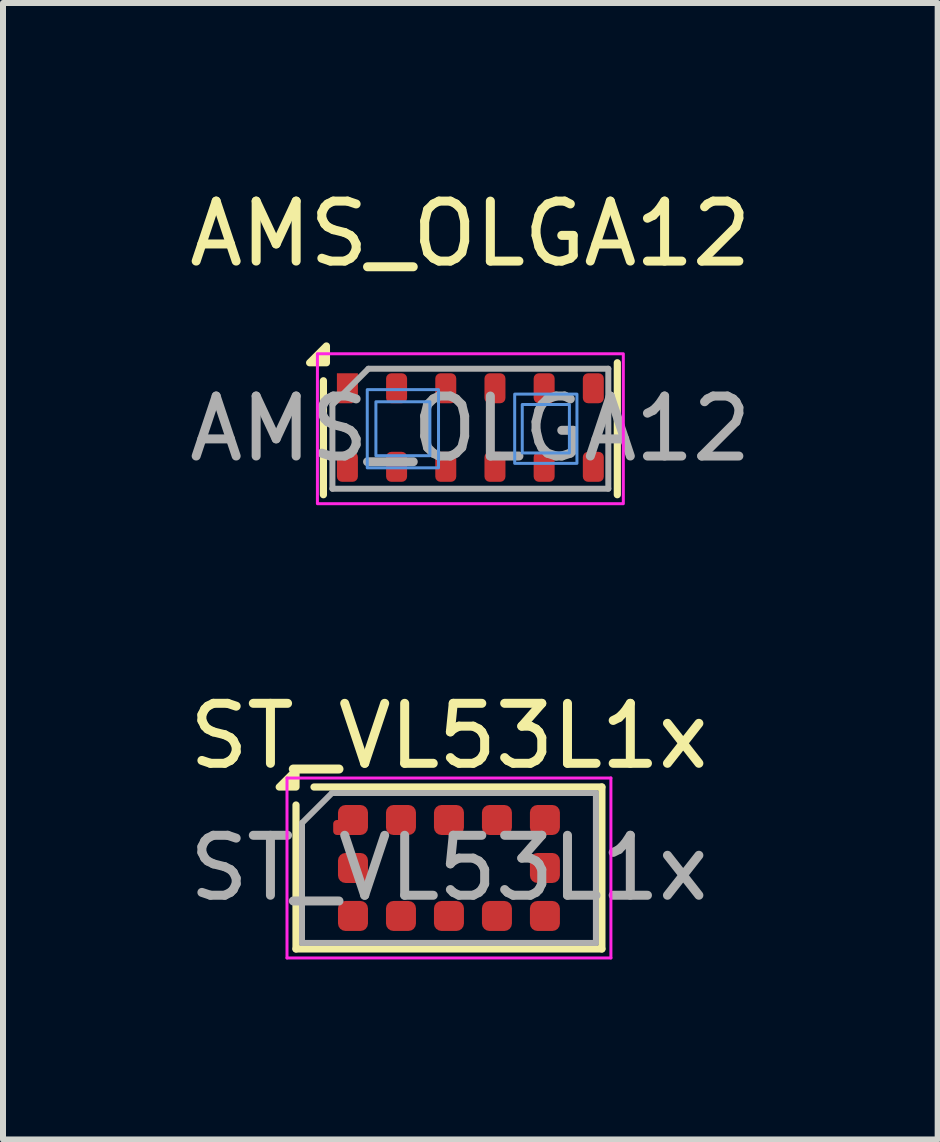
<source format=kicad_pcb>
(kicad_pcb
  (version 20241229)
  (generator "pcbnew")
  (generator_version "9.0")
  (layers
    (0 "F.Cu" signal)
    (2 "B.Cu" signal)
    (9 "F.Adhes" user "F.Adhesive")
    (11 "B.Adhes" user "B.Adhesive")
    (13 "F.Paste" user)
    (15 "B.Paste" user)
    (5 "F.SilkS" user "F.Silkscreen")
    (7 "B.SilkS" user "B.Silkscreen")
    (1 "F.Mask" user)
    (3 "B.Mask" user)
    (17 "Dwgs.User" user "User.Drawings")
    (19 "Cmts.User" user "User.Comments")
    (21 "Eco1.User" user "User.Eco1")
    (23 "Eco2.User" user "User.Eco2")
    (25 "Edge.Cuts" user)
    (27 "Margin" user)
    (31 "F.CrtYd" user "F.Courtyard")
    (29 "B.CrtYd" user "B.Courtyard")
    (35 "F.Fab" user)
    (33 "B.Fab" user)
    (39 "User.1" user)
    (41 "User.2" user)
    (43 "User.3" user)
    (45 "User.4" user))
  (footprint "AMS_OLGA12"
    (layer "F.Cu")
    (at 4.792 4.098)
    (property "Reference" "AMS_OLGA12" (at 0 -3.25 0) (layer "F.SilkS") (effects (font (size 1 1) (thickness 0.15))))
    (attr smd)
    (fp_line (start -2.45 -0.8) (end -2.45 1.1) (stroke (width 0.12) (type default)) (layer "F.SilkS"))
    (fp_line (start 2.45 -1.1) (end 2.45 1.1) (stroke (width 0.12) (type default)) (layer "F.SilkS"))
    (fp_poly (pts (xy -2.4 -1.1) (xy -2.68 -1.1) (xy -2.4 -1.38) (xy -2.4 -1.1)) (stroke (width 0.12) (type solid)) (fill yes) (layer "F.SilkS"))
    (fp_rect (start -0.675 -0.45) (end -1.575 0.45) (stroke (width 0.05) (type default)) (fill no) (layer "Cmts.User"))
    (fp_rect (start -0.531 -0.652) (end -1.719 0.652) (stroke (width 0.05) (type default)) (fill no) (layer "Cmts.User"))
    (fp_rect (start 1.651 -0.404) (end 0.865 0.404) (stroke (width 0.05) (type default)) (fill no) (layer "Cmts.User"))
    (fp_rect (start 1.777 -0.577) (end 0.739 0.577) (stroke (width 0.05) (type default)) (fill no) (layer "Cmts.User"))
    (fp_rect (start 2.55 -1.25) (end -2.55 1.25) (stroke (width 0.05) (type default)) (fill no) (layer "F.CrtYd"))
    (fp_line (start -2.3 1) (end -2.3 -0.4) (stroke (width 0.1) (type default)) (layer "F.Fab"))
    (fp_line (start -2.3 1) (end 2.3 1) (stroke (width 0.1) (type default)) (layer "F.Fab"))
    (fp_line (start -1.7 -1) (end -2.3 -0.4) (stroke (width 0.1) (type default)) (layer "F.Fab"))
    (fp_line (start 2.3 -1) (end -1.7 -1) (stroke (width 0.1) (type default)) (layer "F.Fab"))
    (fp_line (start 2.3 -1) (end 2.3 1) (stroke (width 0.1) (type default)) (layer "F.Fab"))
    (fp_text user "${REFERENCE}" (at 0 0 0) (layer "F.Fab") (effects (font (size 1 1) (thickness 0.15))))
    (pad "1" smd roundrect (at -2.05 -0.675 270) (size 0.5 0.35) (layers "F.Cu" "F.Mask" "F.Paste") (roundrect_rratio 0) (chamfer_ratio 0.28) (chamfer top_right))
    (pad "2" smd roundrect (at -1.23 -0.675 270) (size 0.5 0.35) (layers "F.Cu" "F.Mask" "F.Paste") (roundrect_rratio 0.25))
    (pad "3" smd roundrect (at -0.41 -0.675 270) (size 0.5 0.35) (layers "F.Cu" "F.Mask" "F.Paste") (roundrect_rratio 0.25))
    (pad "4" smd roundrect (at 0.41 -0.675 270) (size 0.5 0.35) (layers "F.Cu" "F.Mask" "F.Paste") (roundrect_rratio 0.25))
    (pad "5" smd roundrect (at 1.23 -0.675 270) (size 0.5 0.35) (layers "F.Cu" "F.Mask" "F.Paste") (roundrect_rratio 0.25))
    (pad "6" smd roundrect (at 2.05 -0.675 270) (size 0.5 0.35) (layers "F.Cu" "F.Mask" "F.Paste") (roundrect_rratio 0.25))
    (pad "7" smd roundrect (at 2.05 0.635 270) (size 0.5 0.35) (layers "F.Cu" "F.Mask" "F.Paste") (roundrect_rratio 0.25))
    (pad "8" smd roundrect (at 1.23 0.635 270) (size 0.5 0.35) (layers "F.Cu" "F.Mask" "F.Paste") (roundrect_rratio 0.25))
    (pad "9" smd roundrect (at 0.41 0.635 270) (size 0.5 0.35) (layers "F.Cu" "F.Mask" "F.Paste") (roundrect_rratio 0.25))
    (pad "10" smd roundrect (at -0.41 0.635 270) (size 0.5 0.35) (layers "F.Cu" "F.Mask" "F.Paste") (roundrect_rratio 0.25))
    (pad "11" smd roundrect (at -1.23 0.635 270) (size 0.5 0.35) (layers "F.Cu" "F.Mask" "F.Paste") (roundrect_rratio 0.25))
    (pad "12" smd roundrect (at -2.05 0.635 270) (size 0.5 0.35) (layers "F.Cu" "F.Mask" "F.Paste") (roundrect_rratio 0.25)))
  (footprint "ST_VL53L1x"
    (layer "F.Cu")
    (at 4.435 11.421)
    (property "Reference" "ST_VL53L1x" (at 0 -2.2 0) (layer "F.SilkS") (effects (font (size 1 1) (thickness 0.15))))
    (attr smd)
    (fp_line (start -2.55 -1.05) (end -2.55 1.35) (stroke (width 0.12) (type solid)) (layer "F.SilkS"))
    (fp_line (start -2.55 1.35) (end 2.55 1.35) (stroke (width 0.12) (type solid)) (layer "F.SilkS"))
    (fp_line (start 2.55 -1.35) (end -2.25 -1.35) (stroke (width 0.12) (type solid)) (layer "F.SilkS"))
    (fp_line (start 2.55 1.35) (end 2.55 -1.35) (stroke (width 0.12) (type solid)) (layer "F.SilkS"))
    (fp_poly (pts (xy -2.55 -1.35) (xy -2.83 -1.35) (xy -2.55 -1.63) (xy -2.55 -1.35)) (stroke (width 0.12) (type solid)) (fill yes) (layer "F.SilkS"))
    (fp_line (start -2.7 -1.5) (end -2.7 1.5) (stroke (width 0.05) (type solid)) (layer "F.CrtYd"))
    (fp_line (start -2.7 1.5) (end 2.7 1.5) (stroke (width 0.05) (type solid)) (layer "F.CrtYd"))
    (fp_line (start 2.7 -1.5) (end -2.7 -1.5) (stroke (width 0.05) (type solid)) (layer "F.CrtYd"))
    (fp_line (start 2.7 1.5) (end 2.7 -1.5) (stroke (width 0.05) (type solid)) (layer "F.CrtYd"))
    (fp_line (start -2.45 -0.75) (end -2.45 1.25) (stroke (width 0.1) (type solid)) (layer "F.Fab"))
    (fp_line (start -2.45 -0.75) (end -1.95 -1.25) (stroke (width 0.1) (type solid)) (layer "F.Fab"))
    (fp_line (start -1.95 -1.25) (end 2.45 -1.25) (stroke (width 0.1) (type solid)) (layer "F.Fab"))
    (fp_line (start 2.45 -1.25) (end 2.45 1.25) (stroke (width 0.1) (type solid)) (layer "F.Fab"))
    (fp_line (start 2.45 1.25) (end -2.45 1.25) (stroke (width 0.1) (type solid)) (layer "F.Fab"))
    (fp_text user "${REFERENCE}" (at 0 0 0) (layer "F.Fab") (effects (font (size 1 1) (thickness 0.15))))
    (pad "1" smd roundrect (at -1.74 -0.675) (size 0.38 0.25) (layers "F.Cu" "F.Mask" "F.Paste") (roundrect_rratio 0.25))
    (pad "1" smd roundrect (at -1.6 -0.8) (size 0.5 0.5) (layers "F.Cu" "F.Mask" "F.Paste") (roundrect_rratio 0.25))
    (pad "2" smd roundrect (at -0.8 -0.8) (size 0.5 0.5) (layers "F.Cu" "F.Mask" "F.Paste") (roundrect_rratio 0.25))
    (pad "3" smd roundrect (at 0 -0.8) (size 0.5 0.5) (layers "F.Cu" "F.Mask" "F.Paste") (roundrect_rratio 0.25))
    (pad "4" smd roundrect (at 0.8 -0.8) (size 0.5 0.5) (layers "F.Cu" "F.Mask" "F.Paste") (roundrect_rratio 0.25))
    (pad "5" smd roundrect (at 1.6 -0.8) (size 0.5 0.5) (layers "F.Cu" "F.Mask" "F.Paste") (roundrect_rratio 0.25))
    (pad "6" smd roundrect (at 1.6 0) (size 0.5 0.5) (layers "F.Cu" "F.Mask" "F.Paste") (roundrect_rratio 0.25))
    (pad "7" smd roundrect (at 1.6 0.8) (size 0.5 0.5) (layers "F.Cu" "F.Mask" "F.Paste") (roundrect_rratio 0.25))
    (pad "8" smd roundrect (at 0.8 0.8) (size 0.5 0.5) (layers "F.Cu" "F.Mask" "F.Paste") (roundrect_rratio 0.25))
    (pad "9" smd roundrect (at 0 0.8) (size 0.5 0.5) (layers "F.Cu" "F.Mask" "F.Paste") (roundrect_rratio 0.25))
    (pad "10" smd roundrect (at -0.8 0.8) (size 0.5 0.5) (layers "F.Cu" "F.Mask" "F.Paste") (roundrect_rratio 0.25))
    (pad "11" smd roundrect (at -1.6 0.8) (size 0.5 0.5) (layers "F.Cu" "F.Mask" "F.Paste") (roundrect_rratio 0.25))
    (pad "12" smd roundrect (at -1.6 0) (size 0.5 0.5) (layers "F.Cu" "F.Mask" "F.Paste") (roundrect_rratio 0.25)))
  (gr_rect
    (start -3 -3)
    (end 12.583 15.947)
    (stroke (width 0.1) (type default))
    (fill no)
    (layer "Edge.Cuts")))
</source>
